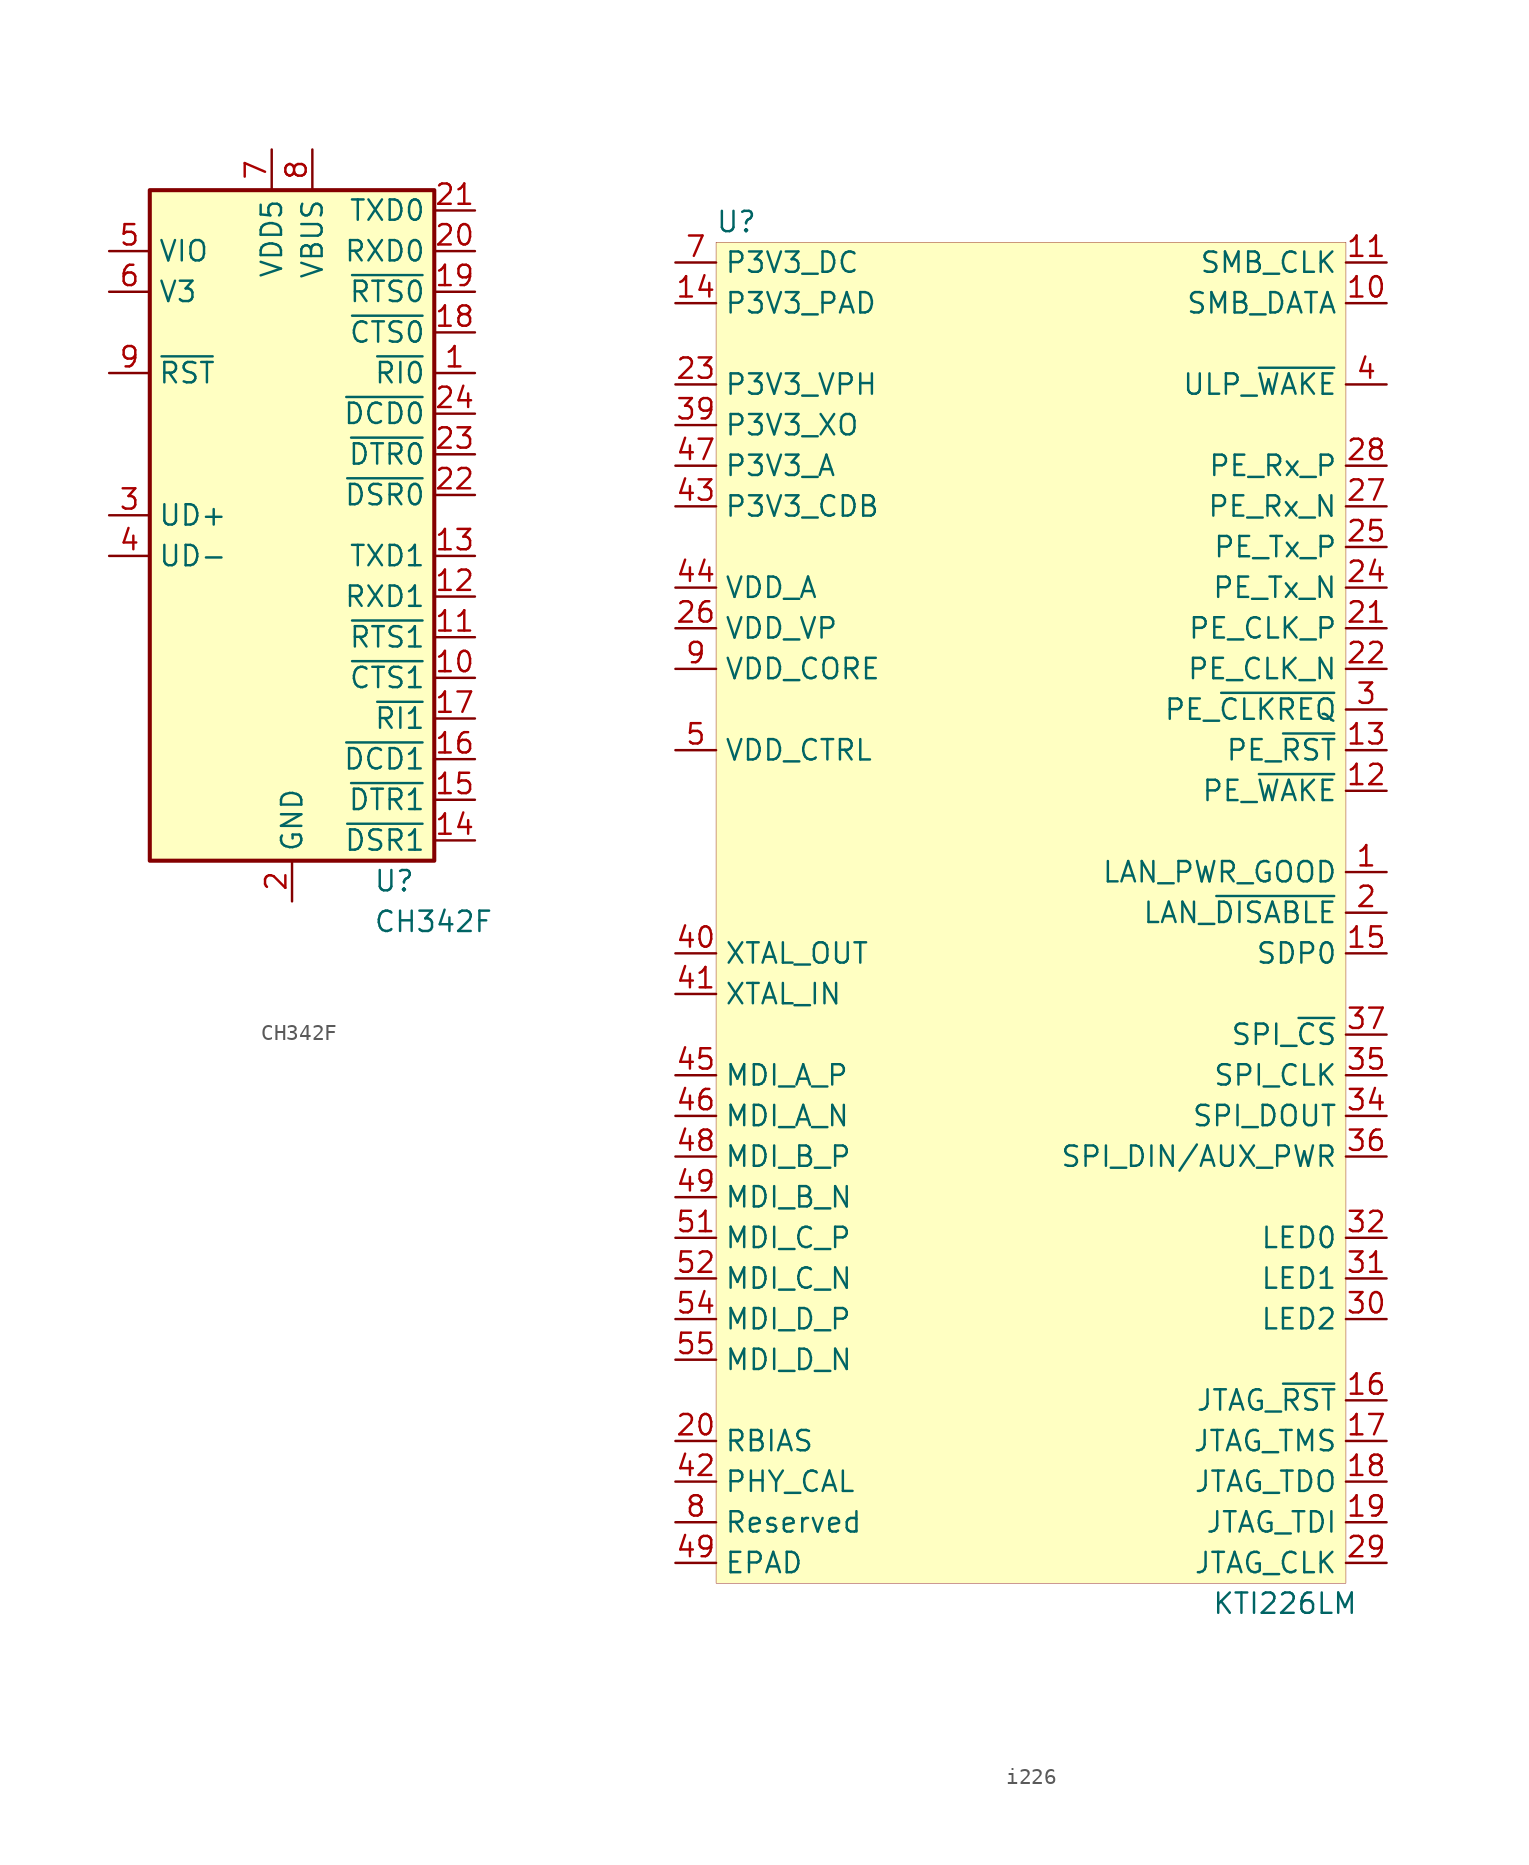
<source format=kicad_sym>
(kicad_symbol_lib
  (version 20231120)
  (generator "kicad_symbol_editor")
  (generator_version "8.0")
  (symbol "CH342F"
    (property "Reference" "U"
      (at 5.08 -21.59 0)
      (effects (font (size 1.27 1.27)) (justify left)))
    (property "Value" "CH342F"
      (at 5.08 -24.13 0)
      (effects (font (size 1.27 1.27)) (justify left)))
    (symbol "CH342F_0_1"
      (rectangle (start -8.89 21.59) (end 8.89 -20.32) (stroke (width 0.254) (type default)) (fill (type background))))
    (symbol "CH342F_1_1"
      (pin input line (at 11.43 10.16 180) (length 2.54) (name "~{RI0}" (effects (font (size 1.27 1.27)))) (number "1" (effects (font (size 1.27 1.27)))))
      (pin input line (at 11.43 -8.89 180) (length 2.54) (name "~{CTS1}" (effects (font (size 1.27 1.27)))) (number "10" (effects (font (size 1.27 1.27)))))
      (pin output line (at 11.43 -6.35 180) (length 2.54) (name "~{RTS1}" (effects (font (size 1.27 1.27)))) (number "11" (effects (font (size 1.27 1.27)))))
      (pin input line (at 11.43 -3.81 180) (length 2.54) (name "RXD1" (effects (font (size 1.27 1.27)))) (number "12" (effects (font (size 1.27 1.27)))))
      (pin output line (at 11.43 -1.27 180) (length 2.54) (name "TXD1" (effects (font (size 1.27 1.27)))) (number "13" (effects (font (size 1.27 1.27)))))
      (pin input line (at 11.43 -19.05 180) (length 2.54) (name "~{DSR1}" (effects (font (size 1.27 1.27)))) (number "14" (effects (font (size 1.27 1.27)))))
      (pin output line (at 11.43 -16.51 180) (length 2.54) (name "~{DTR1}" (effects (font (size 1.27 1.27)))) (number "15" (effects (font (size 1.27 1.27)))))
      (pin input line (at 11.43 -13.97 180) (length 2.54) (name "~{DCD1}" (effects (font (size 1.27 1.27)))) (number "16" (effects (font (size 1.27 1.27)))))
      (pin input line (at 11.43 -11.43 180) (length 2.54) (name "~{RI1}" (effects (font (size 1.27 1.27)))) (number "17" (effects (font (size 1.27 1.27)))))
      (pin input line (at 11.43 12.7 180) (length 2.54) (name "~{CTS0}" (effects (font (size 1.27 1.27)))) (number "18" (effects (font (size 1.27 1.27)))))
      (pin output line (at 11.43 15.24 180) (length 2.54) (name "~{RTS0}" (effects (font (size 1.27 1.27)))) (number "19" (effects (font (size 1.27 1.27)))))
      (pin power_in line (at 0 -22.86 90) (length 2.54) (name "GND" (effects (font (size 1.27 1.27)))) (number "2" (effects (font (size 1.27 1.27)))))
      (pin input line (at 11.43 17.78 180) (length 2.54) (name "RXD0" (effects (font (size 1.27 1.27)))) (number "20" (effects (font (size 1.27 1.27)))))
      (pin output line (at 11.43 20.32 180) (length 2.54) (name "TXD0" (effects (font (size 1.27 1.27)))) (number "21" (effects (font (size 1.27 1.27)))))
      (pin input line (at 11.43 2.54 180) (length 2.54) (name "~{DSR0}" (effects (font (size 1.27 1.27)))) (number "22" (effects (font (size 1.27 1.27)))))
      (pin output line (at 11.43 5.08 180) (length 2.54) (name "~{DTR0}" (effects (font (size 1.27 1.27)))) (number "23" (effects (font (size 1.27 1.27)))))
      (pin input line (at 11.43 7.62 180) (length 2.54) (name "~{DCD0}" (effects (font (size 1.27 1.27)))) (number "24" (effects (font (size 1.27 1.27)))))
      (pin power_in line (at 0 -22.86 90) (length 2.54) hide (name "GND" (effects (font (size 1.27 1.27)))) (number "25" (effects (font (size 1.27 1.27)))))
      (pin bidirectional line (at -11.43 1.27 0) (length 2.54) (name "UD+" (effects (font (size 1.27 1.27)))) (number "3" (effects (font (size 1.27 1.27)))))
      (pin bidirectional line (at -11.43 -1.27 0) (length 2.54) (name "UD-" (effects (font (size 1.27 1.27)))) (number "4" (effects (font (size 1.27 1.27)))))
      (pin input line (at -11.43 17.78 0) (length 2.54) (name "VIO" (effects (font (size 1.27 1.27)))) (number "5" (effects (font (size 1.27 1.27)))))
      (pin power_out line (at -11.43 15.24 0) (length 2.54) (name "V3" (effects (font (size 1.27 1.27)))) (number "6" (effects (font (size 1.27 1.27)))))
      (pin power_in line (at -1.27 24.13 270) (length 2.54) (name "VDD5" (effects (font (size 1.27 1.27)))) (number "7" (effects (font (size 1.27 1.27)))))
      (pin power_in line (at 1.27 24.13 270) (length 2.54) (name "VBUS" (effects (font (size 1.27 1.27)))) (number "8" (effects (font (size 1.27 1.27)))))
      (pin input line (at -11.43 10.16 0) (length 2.54) (name "~{RST}" (effects (font (size 1.27 1.27)))) (number "9" (effects (font (size 1.27 1.27)))))))
  (symbol "i226"
    (property "Reference" "U"
      (at -19.05 40.64 0)
      (effects (font (size 1.27 1.27))))
    (property "Value" "KTI226LM"
      (at 15.24 -45.72 0)
      (effects (font (size 1.27 1.27))))
    (symbol "i226_1_0"
      (rectangle (start -20.32 39.37) (end 19.05 -44.45) (stroke (width 0.025) (type solid) (color 128 0 0 1)) (fill (type background)))
      (pin input line (at 21.59 0 180) (length 2.54) (name "LAN_PWR_GOOD" (effects (font (size 1.27 1.27)))) (number "1" (effects (font (size 1.27 1.27)))))
      (pin bidirectional line (at 21.59 35.56 180) (length 2.54) (name "SMB_DATA" (effects (font (size 1.27 1.27)))) (number "10" (effects (font (size 1.27 1.27)))))
      (pin bidirectional line (at 21.59 38.1 180) (length 2.54) (name "SMB_CLK" (effects (font (size 1.27 1.27)))) (number "11" (effects (font (size 1.27 1.27)))))
      (pin bidirectional line (at 21.59 5.08 180) (length 2.54) (name "PE_~{WAKE}" (effects (font (size 1.27 1.27)))) (number "12" (effects (font (size 1.27 1.27)))))
      (pin input line (at 21.59 7.62 180) (length 2.54) (name "PE_~{RST}" (effects (font (size 1.27 1.27)))) (number "13" (effects (font (size 1.27 1.27)))))
      (pin power_in line (at -22.86 35.56 0) (length 2.54) (name "P3V3_PAD" (effects (font (size 1.27 1.27)))) (number "14" (effects (font (size 1.27 1.27)))))
      (pin bidirectional line (at 21.59 -5.08 180) (length 2.54) (name "SDP0" (effects (font (size 1.27 1.27)))) (number "15" (effects (font (size 1.27 1.27)))))
      (pin input line (at 21.59 -33.02 180) (length 2.54) (name "JTAG_~{RST}" (effects (font (size 1.27 1.27)))) (number "16" (effects (font (size 1.27 1.27)))))
      (pin input line (at 21.59 -35.56 180) (length 2.54) (name "JTAG_TMS" (effects (font (size 1.27 1.27)))) (number "17" (effects (font (size 1.27 1.27)))))
      (pin output line (at 21.59 -38.1 180) (length 2.54) (name "JTAG_TDO" (effects (font (size 1.27 1.27)))) (number "18" (effects (font (size 1.27 1.27)))))
      (pin input line (at 21.59 -40.64 180) (length 2.54) (name "JTAG_TDI" (effects (font (size 1.27 1.27)))) (number "19" (effects (font (size 1.27 1.27)))))
      (pin input line (at 21.59 -2.54 180) (length 2.54) (name "LAN_~{DISABLE}" (effects (font (size 1.27 1.27)))) (number "2" (effects (font (size 1.27 1.27)))))
      (pin bidirectional line (at -22.86 -35.56 0) (length 2.54) (name "RBIAS" (effects (font (size 1.27 1.27)))) (number "20" (effects (font (size 1.27 1.27)))))
      (pin input line (at 21.59 15.24 180) (length 2.54) (name "PE_CLK_P" (effects (font (size 1.27 1.27)))) (number "21" (effects (font (size 1.27 1.27)))))
      (pin input line (at 21.59 12.7 180) (length 2.54) (name "PE_CLK_N" (effects (font (size 1.27 1.27)))) (number "22" (effects (font (size 1.27 1.27)))))
      (pin power_in line (at -22.86 30.48 0) (length 2.54) (name "P3V3_VPH" (effects (font (size 1.27 1.27)))) (number "23" (effects (font (size 1.27 1.27)))))
      (pin output line (at 21.59 17.78 180) (length 2.54) (name "PE_Tx_N" (effects (font (size 1.27 1.27)))) (number "24" (effects (font (size 1.27 1.27)))))
      (pin output line (at 21.59 20.32 180) (length 2.54) (name "PE_Tx_P" (effects (font (size 1.27 1.27)))) (number "25" (effects (font (size 1.27 1.27)))))
      (pin power_in line (at -22.86 15.24 0) (length 2.54) (name "VDD_VP" (effects (font (size 1.27 1.27)))) (number "26" (effects (font (size 1.27 1.27)))))
      (pin input line (at 21.59 22.86 180) (length 2.54) (name "PE_Rx_N" (effects (font (size 1.27 1.27)))) (number "27" (effects (font (size 1.27 1.27)))))
      (pin input line (at 21.59 25.4 180) (length 2.54) (name "PE_Rx_P" (effects (font (size 1.27 1.27)))) (number "28" (effects (font (size 1.27 1.27)))))
      (pin input line (at 21.59 -43.18 180) (length 2.54) (name "JTAG_CLK" (effects (font (size 1.27 1.27)))) (number "29" (effects (font (size 1.27 1.27)))))
      (pin bidirectional line (at 21.59 10.16 180) (length 2.54) (name "PE_~{CLKREQ}" (effects (font (size 1.27 1.27)))) (number "3" (effects (font (size 1.27 1.27)))))
      (pin output line (at 21.59 -27.94 180) (length 2.54) (name "LED2" (effects (font (size 1.27 1.27)))) (number "30" (effects (font (size 1.27 1.27)))))
      (pin output line (at 21.59 -25.4 180) (length 2.54) (name "LED1" (effects (font (size 1.27 1.27)))) (number "31" (effects (font (size 1.27 1.27)))))
      (pin output line (at 21.59 -22.86 180) (length 2.54) (name "LED0" (effects (font (size 1.27 1.27)))) (number "32" (effects (font (size 1.27 1.27)))))
      (pin power_in line (at -22.86 35.56 0) (length 2.54) hide (name "P3V3_PAD" (effects (font (size 1.27 1.27)))) (number "33" (effects (font (size 1.27 1.27)))))
      (pin output line (at 21.59 -15.24 180) (length 2.54) (name "SPI_DOUT" (effects (font (size 1.27 1.27)))) (number "34" (effects (font (size 1.27 1.27)))))
      (pin output line (at 21.59 -12.7 180) (length 2.54) (name "SPI_CLK" (effects (font (size 1.27 1.27)))) (number "35" (effects (font (size 1.27 1.27)))))
      (pin input line (at 21.59 -17.78 180) (length 2.54) (name "SPI_DIN/AUX_PWR" (effects (font (size 1.27 1.27)))) (number "36" (effects (font (size 1.27 1.27)))))
      (pin output line (at 21.59 -10.16 180) (length 2.54) (name "SPI_~{CS}" (effects (font (size 1.27 1.27)))) (number "37" (effects (font (size 1.27 1.27)))))
      (pin power_in line (at -22.86 12.7 0) (length 2.54) hide (name "VDD_CORE" (effects (font (size 1.27 1.27)))) (number "38" (effects (font (size 1.27 1.27)))))
      (pin power_in line (at -22.86 27.94 0) (length 2.54) (name "P3V3_XO" (effects (font (size 1.27 1.27)))) (number "39" (effects (font (size 1.27 1.27)))))
      (pin bidirectional line (at 21.59 30.48 180) (length 2.54) (name "ULP_~{WAKE}" (effects (font (size 1.27 1.27)))) (number "4" (effects (font (size 1.27 1.27)))))
      (pin output line (at -22.86 -5.08 0) (length 2.54) (name "XTAL_OUT" (effects (font (size 1.27 1.27)))) (number "40" (effects (font (size 1.27 1.27)))))
      (pin input line (at -22.86 -7.62 0) (length 2.54) (name "XTAL_IN" (effects (font (size 1.27 1.27)))) (number "41" (effects (font (size 1.27 1.27)))))
      (pin input line (at -22.86 -38.1 0) (length 2.54) (name "PHY_CAL" (effects (font (size 1.27 1.27)))) (number "42" (effects (font (size 1.27 1.27)))))
      (pin power_in line (at -22.86 22.86 0) (length 2.54) (name "P3V3_CDB" (effects (font (size 1.27 1.27)))) (number "43" (effects (font (size 1.27 1.27)))))
      (pin power_in line (at -22.86 17.78 0) (length 2.54) (name "VDD_A" (effects (font (size 1.27 1.27)))) (number "44" (effects (font (size 1.27 1.27)))))
      (pin bidirectional line (at -22.86 -12.7 0) (length 2.54) (name "MDI_A_P" (effects (font (size 1.27 1.27)))) (number "45" (effects (font (size 1.27 1.27)))))
      (pin bidirectional line (at -22.86 -15.24 0) (length 2.54) (name "MDI_A_N" (effects (font (size 1.27 1.27)))) (number "46" (effects (font (size 1.27 1.27)))))
      (pin power_in line (at -22.86 25.4 0) (length 2.54) (name "P3V3_A" (effects (font (size 1.27 1.27)))) (number "47" (effects (font (size 1.27 1.27)))))
      (pin bidirectional line (at -22.86 -17.78 0) (length 2.54) (name "MDI_B_P" (effects (font (size 1.27 1.27)))) (number "48" (effects (font (size 1.27 1.27)))))
      (pin power_out line (at -22.86 -43.18 0) (length 2.54) (name "EPAD" (effects (font (size 1.27 1.27)))) (number "49" (effects (font (size 1.27 1.27)))))
      (pin bidirectional line (at -22.86 -20.32 0) (length 2.54) (name "MDI_B_N" (effects (font (size 1.27 1.27)))) (number "49" (effects (font (size 1.27 1.27)))))
      (pin output line (at -22.86 7.62 0) (length 2.54) (name "VDD_CTRL" (effects (font (size 1.27 1.27)))) (number "5" (effects (font (size 1.27 1.27)))))
      (pin power_in line (at -22.86 17.78 0) (length 2.54) hide (name "VDD_A" (effects (font (size 1.27 1.27)))) (number "50" (effects (font (size 1.27 1.27)))))
      (pin bidirectional line (at -22.86 -22.86 0) (length 2.54) (name "MDI_C_P" (effects (font (size 1.27 1.27)))) (number "51" (effects (font (size 1.27 1.27)))))
      (pin bidirectional line (at -22.86 -25.4 0) (length 2.54) (name "MDI_C_N" (effects (font (size 1.27 1.27)))) (number "52" (effects (font (size 1.27 1.27)))))
      (pin power_in line (at -22.86 25.4 0) (length 2.54) hide (name "P3V3_A" (effects (font (size 1.27 1.27)))) (number "53" (effects (font (size 1.27 1.27)))))
      (pin bidirectional line (at -22.86 -27.94 0) (length 2.54) (name "MDI_D_P" (effects (font (size 1.27 1.27)))) (number "54" (effects (font (size 1.27 1.27)))))
      (pin bidirectional line (at -22.86 -30.48 0) (length 2.54) (name "MDI_D_N" (effects (font (size 1.27 1.27)))) (number "55" (effects (font (size 1.27 1.27)))))
      (pin power_in line (at -22.86 17.78 0) (length 2.54) hide (name "VDD_A" (effects (font (size 1.27 1.27)))) (number "56" (effects (font (size 1.27 1.27)))))
      (pin output line (at -22.86 7.62 0) (length 2.54) hide (name "VDD_CTRL" (effects (font (size 1.27 1.27)))) (number "6" (effects (font (size 1.27 1.27)))))
      (pin power_in line (at -22.86 38.1 0) (length 2.54) (name "P3V3_DC" (effects (font (size 1.27 1.27)))) (number "7" (effects (font (size 1.27 1.27)))))
      (pin unspecified line (at -22.86 -40.64 0) (length 2.54) (name "Reserved" (effects (font (size 1.27 1.27)))) (number "8" (effects (font (size 1.27 1.27)))))
      (pin power_in line (at -22.86 12.7 0) (length 2.54) (name "VDD_CORE" (effects (font (size 1.27 1.27)))) (number "9" (effects (font (size 1.27 1.27))))))))
</source>
